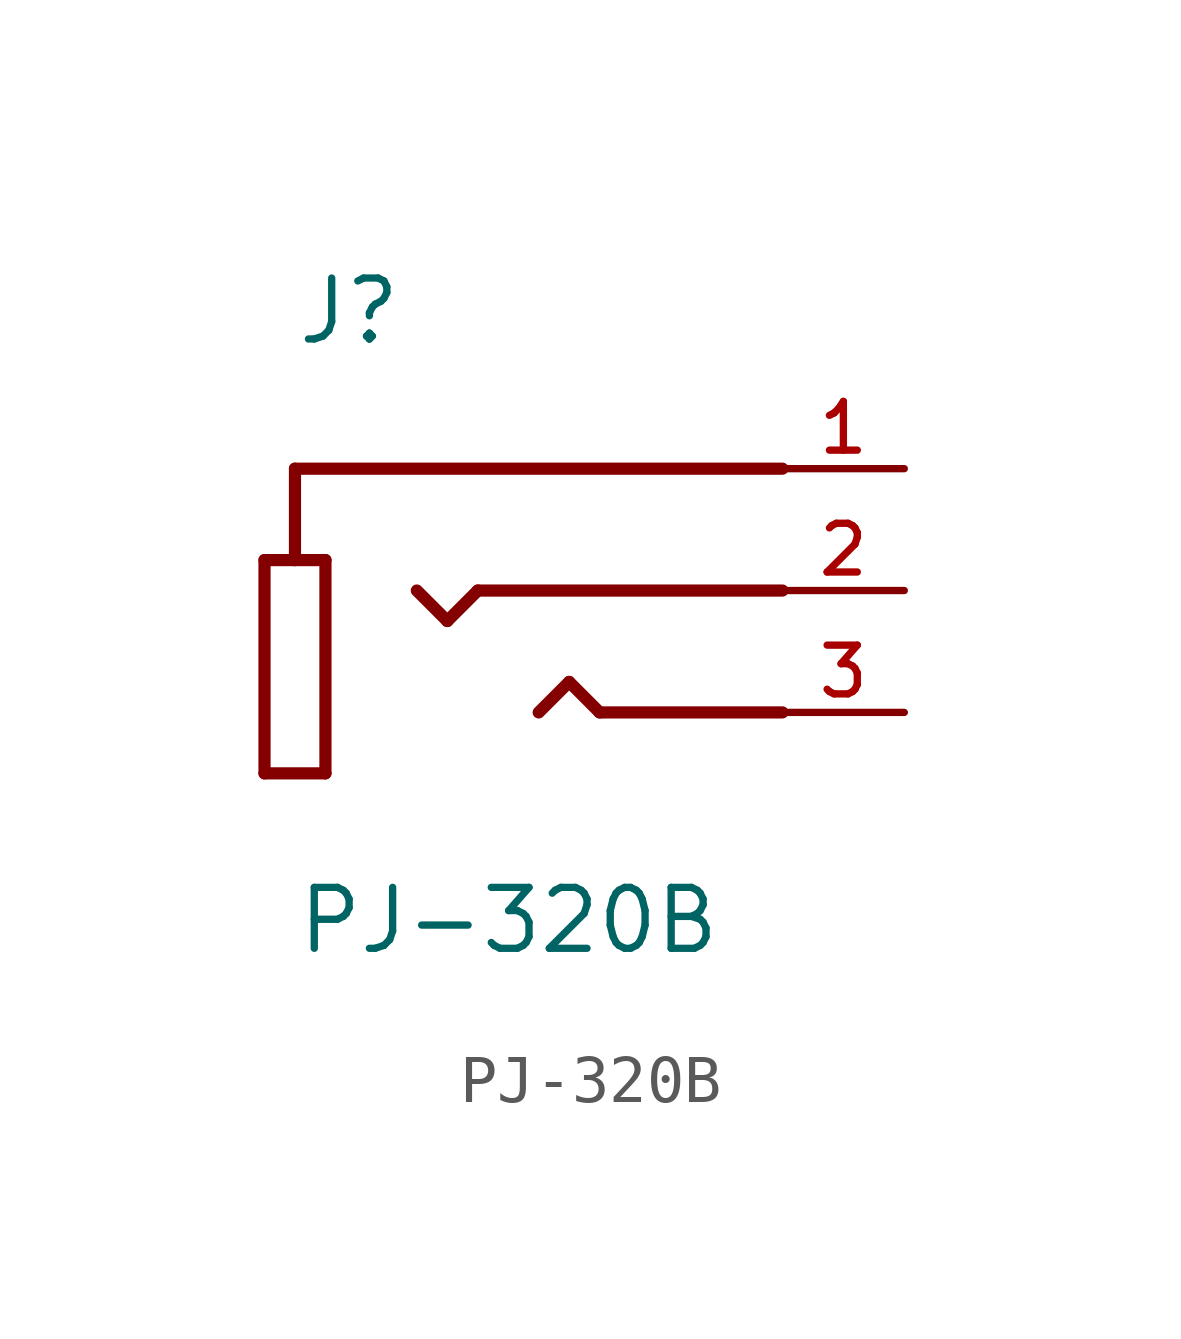
<source format=kicad_sym>
(kicad_symbol_lib
  (version 20231120)
  (generator "kicad_symbol_editor")
  (generator_version "8.0")
  (symbol "PJ-320B"
    (pin_names
      (offset 1.016) hide)
    (property "Reference" "J"
      (at -5.08 5.08 0)
      (effects (font (size 1.27 1.27)) (justify left bottom)))
    (property "Value" "PJ-320B"
      (at -5.08 -7.62 0)
      (effects (font (size 1.27 1.27)) (justify left bottom)))
    (symbol "PJ-320B_0_0"
      (polyline (pts (xy -5.715 -3.81) (xy -5.715 0.635)) (stroke (width 0.254) (type solid)) (fill (type none)))
      (polyline (pts (xy -5.715 0.635) (xy -5.08 0.635)) (stroke (width 0.254) (type solid)) (fill (type none)))
      (polyline (pts (xy -5.08 0.635) (xy -4.445 0.635)) (stroke (width 0.254) (type solid)) (fill (type none)))
      (polyline (pts (xy -5.08 2.54) (xy -5.08 0.635)) (stroke (width 0.254) (type solid)) (fill (type none)))
      (polyline (pts (xy -4.445 -3.81) (xy -5.715 -3.81)) (stroke (width 0.254) (type solid)) (fill (type none)))
      (polyline (pts (xy -4.445 0.635) (xy -4.445 -3.81)) (stroke (width 0.254) (type solid)) (fill (type none)))
      (polyline (pts (xy -1.905 -0.635) (xy -2.54 0)) (stroke (width 0.254) (type solid)) (fill (type none)))
      (polyline (pts (xy -1.27 0) (xy -1.905 -0.635)) (stroke (width 0.254) (type solid)) (fill (type none)))
      (polyline (pts (xy 0.635 -1.905) (xy 0 -2.54)) (stroke (width 0.254) (type solid)) (fill (type none)))
      (polyline (pts (xy 1.27 -2.54) (xy 0.635 -1.905)) (stroke (width 0.254) (type solid)) (fill (type none)))
      (polyline (pts (xy 5.08 -2.54) (xy 1.27 -2.54)) (stroke (width 0.254) (type solid)) (fill (type none)))
      (polyline (pts (xy 5.08 0) (xy -1.27 0)) (stroke (width 0.254) (type solid)) (fill (type none)))
      (polyline (pts (xy 5.08 2.54) (xy -5.08 2.54)) (stroke (width 0.254) (type solid)) (fill (type none)))
      (pin passive line (at 7.62 2.54 180) (length 2.54) (name "~" (effects (font (size 1.016 1.016)))) (number "1" (effects (font (size 1.016 1.016)))))
      (pin passive line (at 7.62 0 180) (length 2.54) (name "~" (effects (font (size 1.016 1.016)))) (number "2" (effects (font (size 1.016 1.016)))))
      (pin passive line (at 7.62 -2.54 180) (length 2.54) (name "~" (effects (font (size 1.016 1.016)))) (number "3" (effects (font (size 1.016 1.016))))))))
</source>
